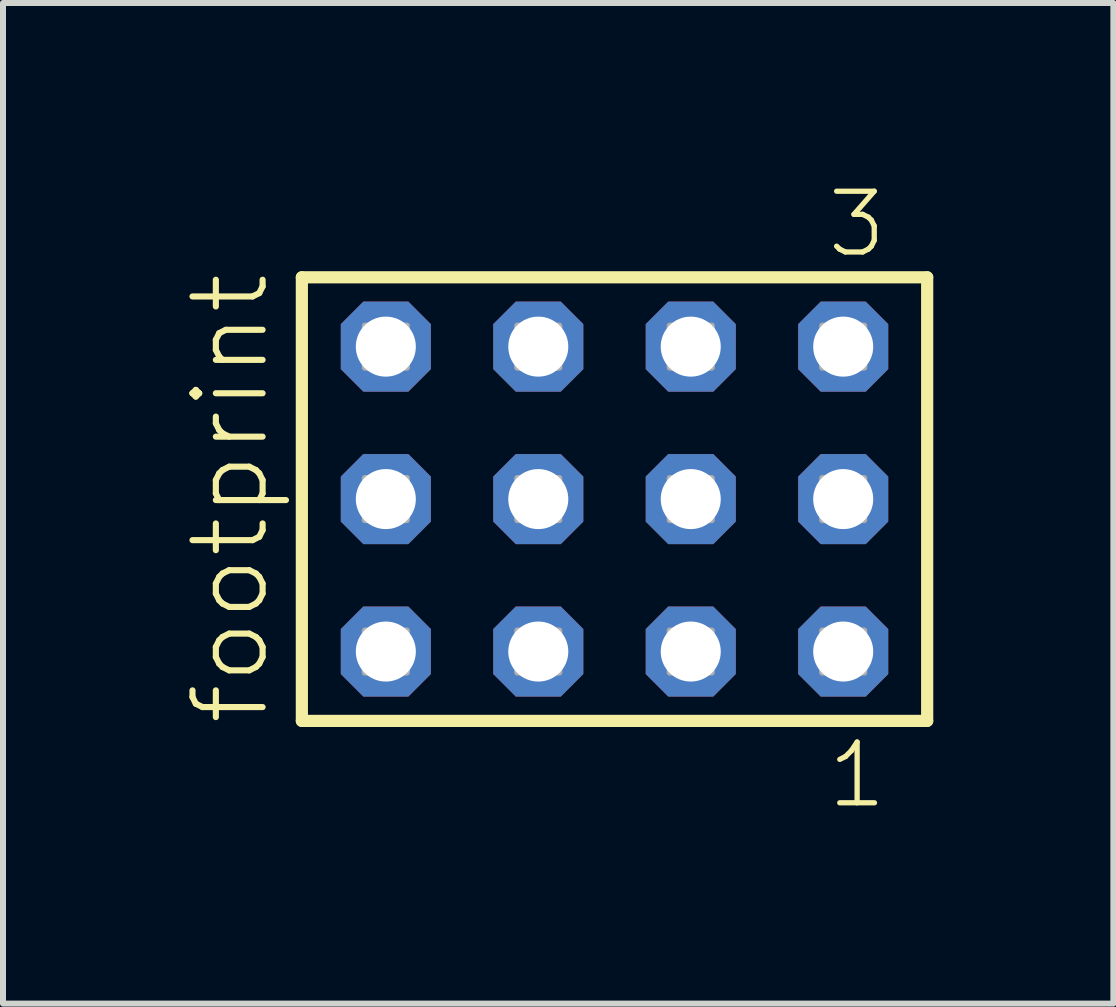
<source format=kicad_pcb>
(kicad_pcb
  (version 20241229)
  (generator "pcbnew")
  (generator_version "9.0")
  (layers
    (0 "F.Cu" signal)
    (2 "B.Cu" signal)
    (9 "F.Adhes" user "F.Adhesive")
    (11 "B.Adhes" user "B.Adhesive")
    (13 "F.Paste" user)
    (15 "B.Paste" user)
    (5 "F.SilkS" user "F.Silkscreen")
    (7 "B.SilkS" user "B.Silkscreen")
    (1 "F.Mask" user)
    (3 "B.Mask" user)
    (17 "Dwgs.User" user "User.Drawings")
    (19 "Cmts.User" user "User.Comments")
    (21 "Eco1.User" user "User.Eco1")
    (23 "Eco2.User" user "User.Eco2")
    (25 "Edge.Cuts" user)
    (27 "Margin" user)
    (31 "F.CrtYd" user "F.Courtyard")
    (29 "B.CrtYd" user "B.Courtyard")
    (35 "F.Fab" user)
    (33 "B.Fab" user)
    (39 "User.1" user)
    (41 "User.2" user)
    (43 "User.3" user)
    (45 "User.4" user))
  (footprint "footprint"
    (layer "F.Cu")
    (at 7.188 5.265)
    (property "Reference" "footprint" (at -5.715 3.81 90) (layer "F.SilkS") (effects (font (size 1.168 1.168) (thickness 0.102)) (justify left bottom)))
    (fp_line (start -5.209 -3.695) (end 5.209 -3.695) (stroke (width 0.203) (type solid)) (layer "F.SilkS"))
    (fp_line (start -5.209 3.695) (end -5.209 -3.695) (stroke (width 0.203) (type solid)) (layer "F.SilkS"))
    (fp_line (start 5.209 -3.695) (end 5.209 3.695) (stroke (width 0.203) (type solid)) (layer "F.SilkS"))
    (fp_line (start 5.209 3.695) (end -5.209 3.695) (stroke (width 0.203) (type solid)) (layer "F.SilkS"))
    (fp_poly (pts (xy -4.16 -2.19) (xy -3.46 -2.19) (xy -3.46 -2.89) (xy -4.16 -2.89)) (stroke (width 0.1) (type solid)) (fill no) (layer "F.Fab"))
    (fp_poly (pts (xy -4.16 0.35) (xy -3.46 0.35) (xy -3.46 -0.35) (xy -4.16 -0.35)) (stroke (width 0.1) (type solid)) (fill no) (layer "F.Fab"))
    (fp_poly (pts (xy -4.16 2.89) (xy -3.46 2.89) (xy -3.46 2.19) (xy -4.16 2.19)) (stroke (width 0.1) (type solid)) (fill no) (layer "F.Fab"))
    (fp_poly (pts (xy -1.62 -2.19) (xy -0.92 -2.19) (xy -0.92 -2.89) (xy -1.62 -2.89)) (stroke (width 0.1) (type solid)) (fill no) (layer "F.Fab"))
    (fp_poly (pts (xy -1.62 0.35) (xy -0.92 0.35) (xy -0.92 -0.35) (xy -1.62 -0.35)) (stroke (width 0.1) (type solid)) (fill no) (layer "F.Fab"))
    (fp_poly (pts (xy -1.62 2.89) (xy -0.92 2.89) (xy -0.92 2.19) (xy -1.62 2.19)) (stroke (width 0.1) (type solid)) (fill no) (layer "F.Fab"))
    (fp_poly (pts (xy 0.92 -2.19) (xy 1.62 -2.19) (xy 1.62 -2.89) (xy 0.92 -2.89)) (stroke (width 0.1) (type solid)) (fill no) (layer "F.Fab"))
    (fp_poly (pts (xy 0.92 0.35) (xy 1.62 0.35) (xy 1.62 -0.35) (xy 0.92 -0.35)) (stroke (width 0.1) (type solid)) (fill no) (layer "F.Fab"))
    (fp_poly (pts (xy 0.92 2.89) (xy 1.62 2.89) (xy 1.62 2.19) (xy 0.92 2.19)) (stroke (width 0.1) (type solid)) (fill no) (layer "F.Fab"))
    (fp_poly (pts (xy 3.46 -2.19) (xy 4.16 -2.19) (xy 4.16 -2.89) (xy 3.46 -2.89)) (stroke (width 0.1) (type solid)) (fill no) (layer "F.Fab"))
    (fp_poly (pts (xy 3.46 0.35) (xy 4.16 0.35) (xy 4.16 -0.35) (xy 3.46 -0.35)) (stroke (width 0.1) (type solid)) (fill no) (layer "F.Fab"))
    (fp_poly (pts (xy 3.46 2.89) (xy 4.16 2.89) (xy 4.16 2.19) (xy 3.46 2.19)) (stroke (width 0.1) (type solid)) (fill no) (layer "F.Fab"))
    (fp_text user "1" (at 3.502 5.188 0) (layer "F.SilkS") (effects (font (size 1.012 1.012) (thickness 0.088)) (justify left bottom)))
    (fp_text user "3" (at 3.498 -3.989 0) (layer "F.SilkS") (effects (font (size 1.012 1.012) (thickness 0.088)) (justify left bottom)))
    (pad "1" thru_hole roundrect (at 3.81 2.54 180) (size 1.5 1.5) (drill 1) (layers "*.Cu" "*.Mask") (roundrect_rratio 0.25) (chamfer_ratio 0.25) (chamfer top_left top_right bottom_left bottom_right))
    (pad "2" thru_hole roundrect (at 3.81 0 180) (size 1.5 1.5) (drill 1) (layers "*.Cu" "*.Mask") (roundrect_rratio 0.25) (chamfer_ratio 0.25) (chamfer top_left top_right bottom_left bottom_right))
    (pad "3" thru_hole roundrect (at 3.81 -2.54 180) (size 1.5 1.5) (drill 1) (layers "*.Cu" "*.Mask") (roundrect_rratio 0.25) (chamfer_ratio 0.25) (chamfer top_left top_right bottom_left bottom_right))
    (pad "4" thru_hole roundrect (at 1.27 2.54 180) (size 1.5 1.5) (drill 1) (layers "*.Cu" "*.Mask") (roundrect_rratio 0.25) (chamfer_ratio 0.25) (chamfer top_left top_right bottom_left bottom_right))
    (pad "5" thru_hole roundrect (at 1.27 0 180) (size 1.5 1.5) (drill 1) (layers "*.Cu" "*.Mask") (roundrect_rratio 0.25) (chamfer_ratio 0.25) (chamfer top_left top_right bottom_left bottom_right))
    (pad "6" thru_hole roundrect (at 1.27 -2.54 180) (size 1.5 1.5) (drill 1) (layers "*.Cu" "*.Mask") (roundrect_rratio 0.25) (chamfer_ratio 0.25) (chamfer top_left top_right bottom_left bottom_right))
    (pad "7" thru_hole roundrect (at -1.27 2.54 180) (size 1.5 1.5) (drill 1) (layers "*.Cu" "*.Mask") (roundrect_rratio 0.25) (chamfer_ratio 0.25) (chamfer top_left top_right bottom_left bottom_right))
    (pad "8" thru_hole roundrect (at -1.27 0 180) (size 1.5 1.5) (drill 1) (layers "*.Cu" "*.Mask") (roundrect_rratio 0.25) (chamfer_ratio 0.25) (chamfer top_left top_right bottom_left bottom_right))
    (pad "9" thru_hole roundrect (at -1.27 -2.54 180) (size 1.5 1.5) (drill 1) (layers "*.Cu" "*.Mask") (roundrect_rratio 0.25) (chamfer_ratio 0.25) (chamfer top_left top_right bottom_left bottom_right))
    (pad "10" thru_hole roundrect (at -3.81 2.54 180) (size 1.5 1.5) (drill 1) (layers "*.Cu" "*.Mask") (roundrect_rratio 0.25) (chamfer_ratio 0.25) (chamfer top_left top_right bottom_left bottom_right))
    (pad "11" thru_hole roundrect (at -3.81 0 180) (size 1.5 1.5) (drill 1) (layers "*.Cu" "*.Mask") (roundrect_rratio 0.25) (chamfer_ratio 0.25) (chamfer top_left top_right bottom_left bottom_right))
    (pad "12" thru_hole roundrect (at -3.81 -2.54 180) (size 1.5 1.5) (drill 1) (layers "*.Cu" "*.Mask") (roundrect_rratio 0.25) (chamfer_ratio 0.25) (chamfer top_left top_right bottom_left bottom_right)))
  (gr_rect
    (start -3 -3)
    (end 15.499 13.67)
    (stroke (width 0.1) (type default))
    (fill no)
    (layer "Edge.Cuts")))
</source>
